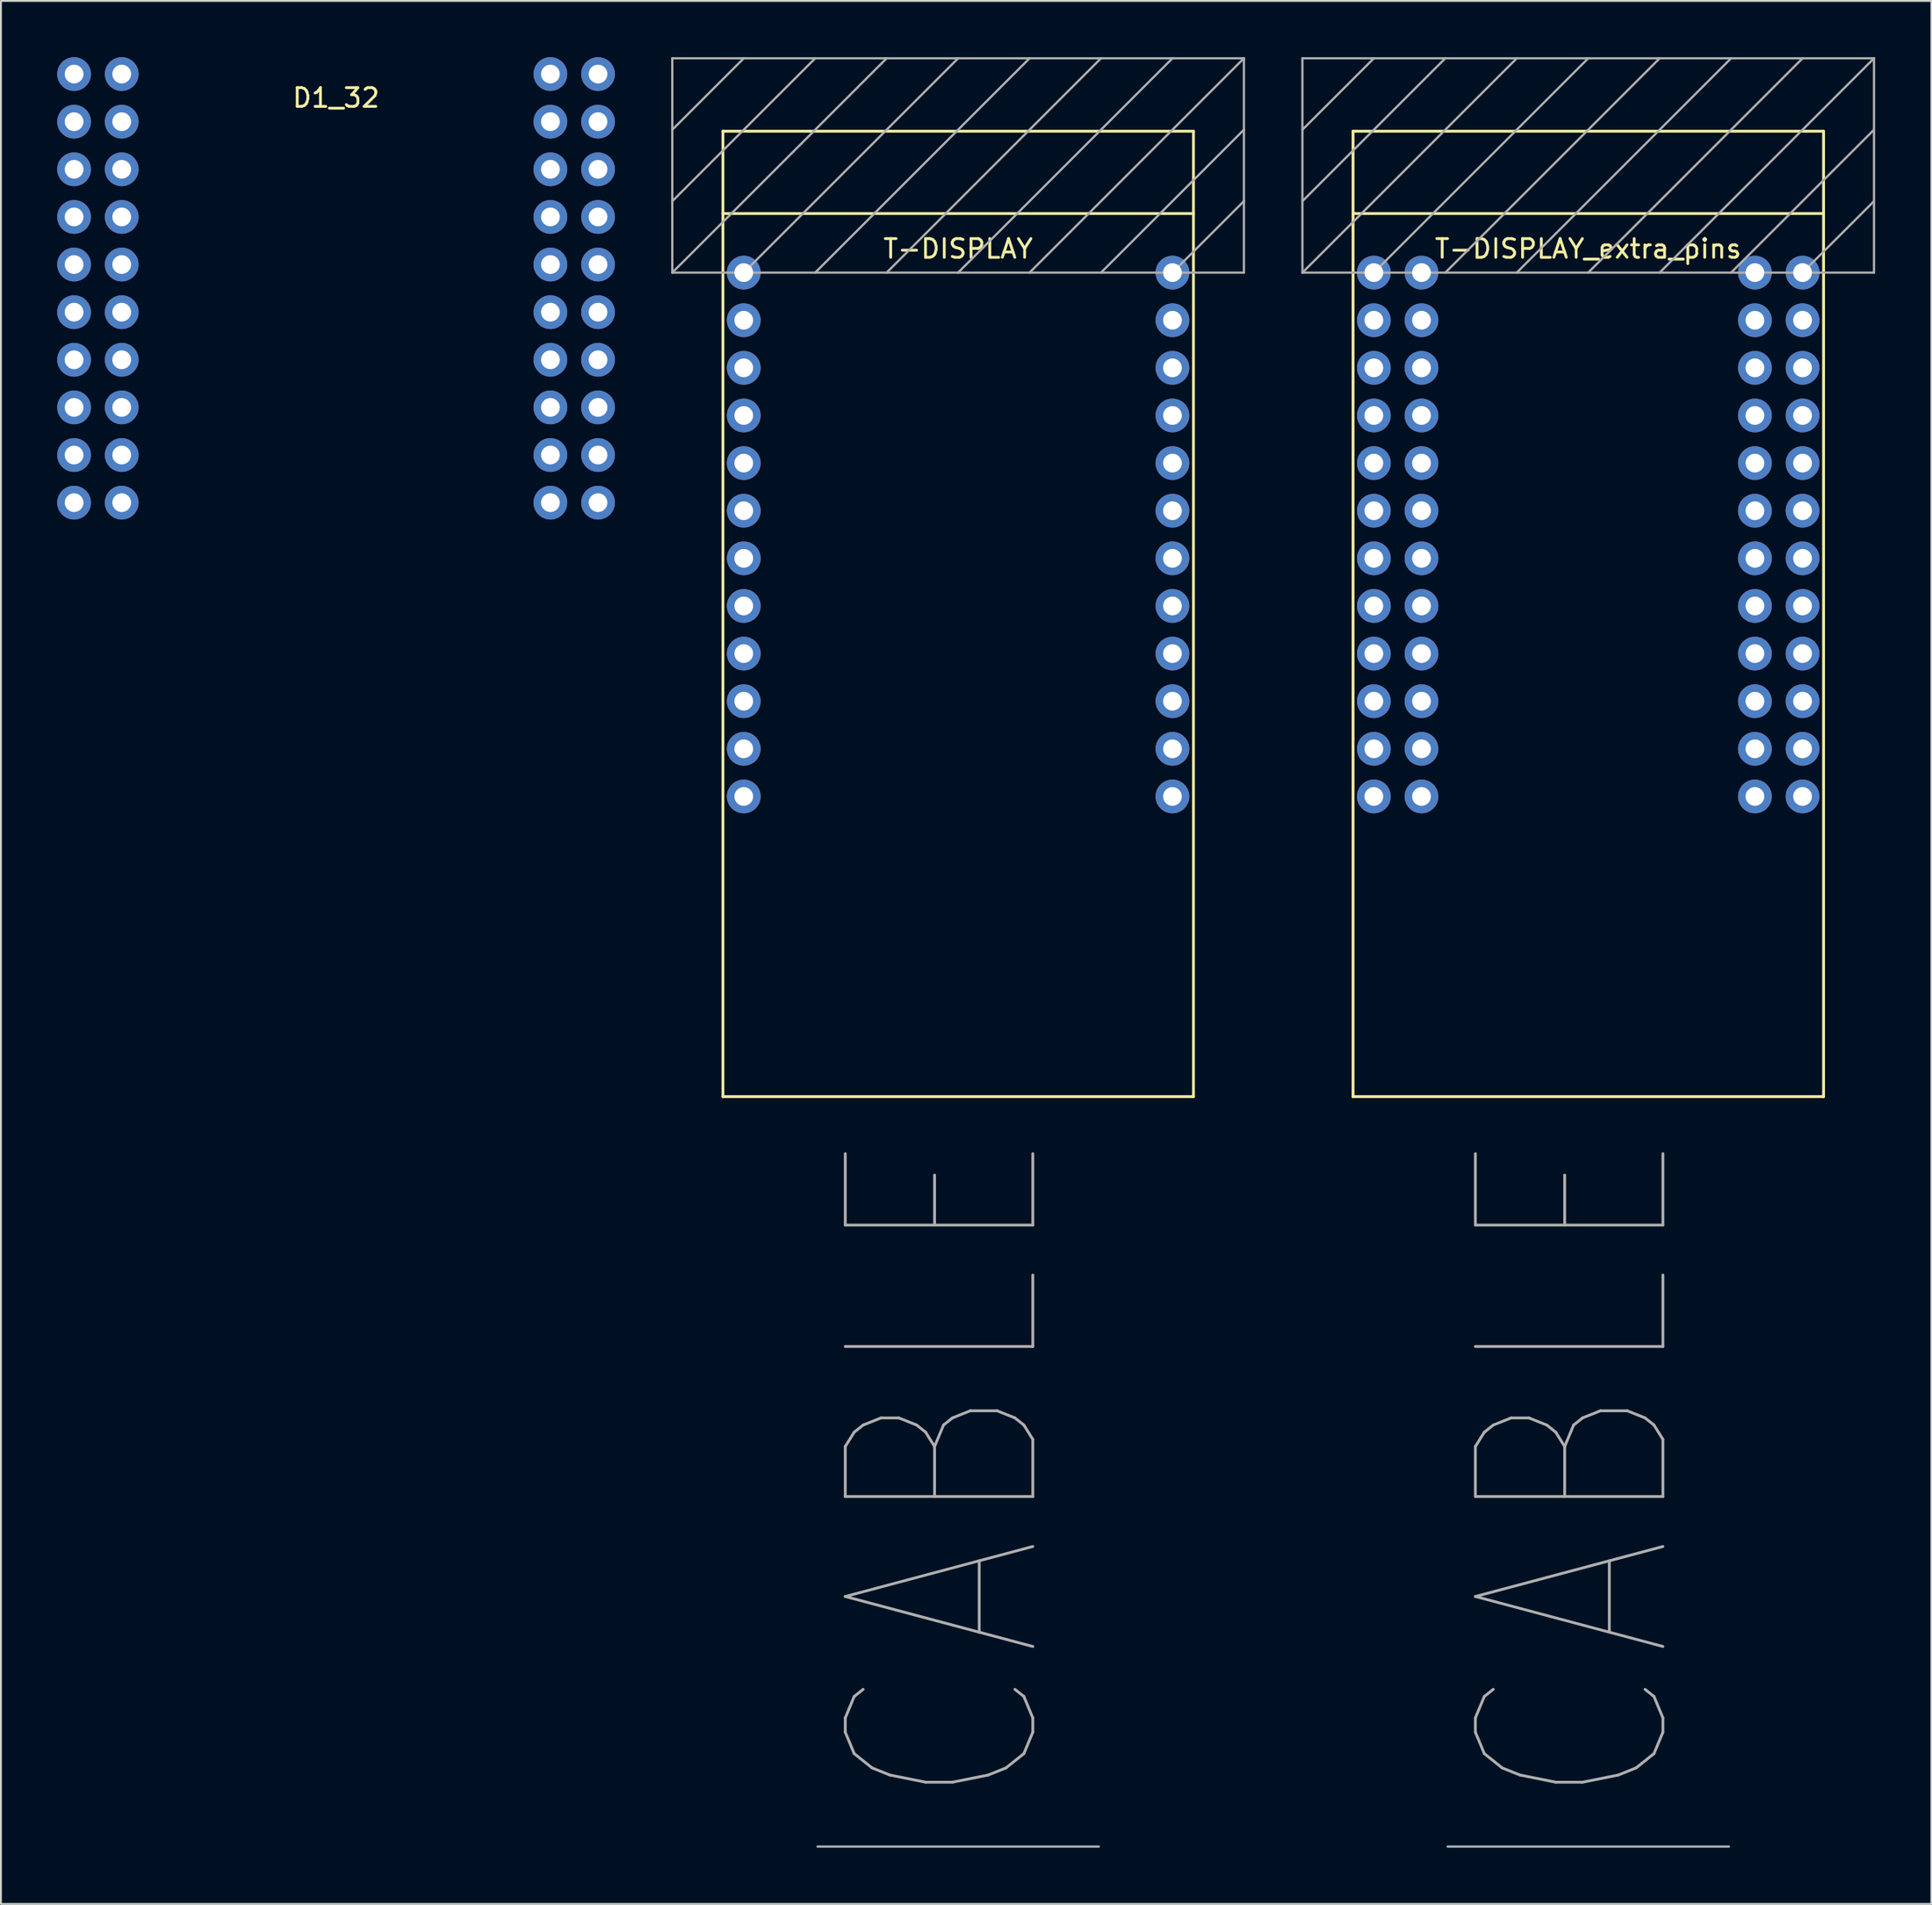
<source format=kicad_pcb>
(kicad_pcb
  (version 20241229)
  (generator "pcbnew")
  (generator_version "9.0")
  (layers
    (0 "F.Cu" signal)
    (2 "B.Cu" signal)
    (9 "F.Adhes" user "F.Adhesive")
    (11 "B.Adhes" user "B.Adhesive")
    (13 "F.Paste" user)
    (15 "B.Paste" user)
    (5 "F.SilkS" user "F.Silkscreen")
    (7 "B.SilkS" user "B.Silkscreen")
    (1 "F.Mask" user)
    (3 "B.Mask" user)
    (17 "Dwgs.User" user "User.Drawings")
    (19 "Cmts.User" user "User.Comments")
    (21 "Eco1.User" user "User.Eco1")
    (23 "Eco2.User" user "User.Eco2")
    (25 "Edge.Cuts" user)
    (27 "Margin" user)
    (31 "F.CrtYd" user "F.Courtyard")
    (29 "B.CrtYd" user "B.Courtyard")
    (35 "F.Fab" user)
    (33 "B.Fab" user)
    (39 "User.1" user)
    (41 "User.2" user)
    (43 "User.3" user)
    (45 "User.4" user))
  (footprint "T-DISPLAY_extra_pins"
    (layer "F.Cu")
    (at 70.21 11.49)
    (property "Reference" "T-DISPLAY_extra_pins" (at 11.43 -1.27 0) (layer "F.SilkS") (effects (font (size 1 1) (thickness 0.15))))
    (attr through_hole)
    (fp_line (start -1.11 -7.54) (end -1.11 43.95) (stroke (width 0.15) (type solid)) (layer "F.SilkS"))
    (fp_line (start -1.11 -7.54) (end 23.98 -7.54) (stroke (width 0.15) (type solid)) (layer "F.SilkS"))
    (fp_line (start -1.11 -3.15) (end 23.98 -3.15) (stroke (width 0.15) (type solid)) (layer "F.SilkS"))
    (fp_line (start -1.11 43.95) (end 23.98 43.95) (stroke (width 0.15) (type solid)) (layer "F.SilkS"))
    (fp_line (start 23.98 -7.54) (end 23.98 43.95) (stroke (width 0.15) (type solid)) (layer "F.SilkS"))
    (fp_line (start -3.81 -11.43) (end 26.67 -11.43) (stroke (width 0.12) (type solid)) (layer "F.Fab"))
    (fp_line (start -3.81 -7.62) (end 0 -11.43) (stroke (width 0.12) (type solid)) (layer "F.Fab"))
    (fp_line (start -3.81 -3.81) (end 3.81 -11.43) (stroke (width 0.12) (type solid)) (layer "F.Fab"))
    (fp_line (start -3.81 0) (end -3.81 -11.43) (stroke (width 0.12) (type solid)) (layer "F.Fab"))
    (fp_line (start -3.81 0) (end 7.62 -11.43) (stroke (width 0.12) (type solid)) (layer "F.Fab"))
    (fp_line (start 0 0) (end 11.43 -11.43) (stroke (width 0.12) (type solid)) (layer "F.Fab"))
    (fp_line (start 3.81 0) (end 15.24 -11.43) (stroke (width 0.12) (type solid)) (layer "F.Fab"))
    (fp_line (start 3.935 83.95) (end 18.935 83.95) (stroke (width 0.12) (type solid)) (layer "F.Fab"))
    (fp_line (start 7.62 0) (end 19.05 -11.43) (stroke (width 0.12) (type solid)) (layer "F.Fab"))
    (fp_line (start 15.24 0) (end 26.67 -11.43) (stroke (width 0.12) (type solid)) (layer "F.Fab"))
    (fp_line (start 19.05 0) (end 26.67 -7.62) (stroke (width 0.12) (type solid)) (layer "F.Fab"))
    (fp_line (start 22.86 -11.43) (end 11.43 0) (stroke (width 0.12) (type solid)) (layer "F.Fab"))
    (fp_line (start 22.86 0) (end 26.67 -3.81) (stroke (width 0.12) (type solid)) (layer "F.Fab"))
    (fp_line (start 26.67 -11.43) (end 26.67 0) (stroke (width 0.12) (type solid)) (layer "F.Fab"))
    (fp_line (start 26.67 0) (end -3.81 0) (stroke (width 0.12) (type solid)) (layer "F.Fab"))
    (fp_text user "CABLE" (at 10.795 63.754 270) (layer "F.Fab") (effects (font (size 10 8) (thickness 0.15))))
    (pad "1" thru_hole circle (at 0 0) (size 1.8 1.8) (drill 1) (layers "*.Cu" "*.Mask"))
    (pad "1" thru_hole circle (at 2.54 0) (size 1.8 1.8) (drill 1) (layers "*.Cu" "*.Mask"))
    (pad "2" thru_hole circle (at 0 2.54) (size 1.8 1.8) (drill 1) (layers "*.Cu" "*.Mask"))
    (pad "2" thru_hole circle (at 2.54 2.54) (size 1.8 1.8) (drill 1) (layers "*.Cu" "*.Mask"))
    (pad "3" thru_hole circle (at 0 5.08) (size 1.8 1.8) (drill 1) (layers "*.Cu" "*.Mask"))
    (pad "3" thru_hole circle (at 2.54 5.08) (size 1.8 1.8) (drill 1) (layers "*.Cu" "*.Mask"))
    (pad "4" thru_hole circle (at 0 7.62) (size 1.8 1.8) (drill 1) (layers "*.Cu" "*.Mask"))
    (pad "4" thru_hole circle (at 2.54 7.62) (size 1.8 1.8) (drill 1) (layers "*.Cu" "*.Mask"))
    (pad "5" thru_hole circle (at 0 10.16) (size 1.8 1.8) (drill 1) (layers "*.Cu" "*.Mask"))
    (pad "5" thru_hole circle (at 2.54 10.16) (size 1.8 1.8) (drill 1) (layers "*.Cu" "*.Mask"))
    (pad "6" thru_hole circle (at 0 12.7) (size 1.8 1.8) (drill 1) (layers "*.Cu" "*.Mask"))
    (pad "6" thru_hole circle (at 2.54 12.7) (size 1.8 1.8) (drill 1) (layers "*.Cu" "*.Mask"))
    (pad "7" thru_hole circle (at 0 15.24) (size 1.8 1.8) (drill 1) (layers "*.Cu" "*.Mask"))
    (pad "7" thru_hole circle (at 2.54 15.24) (size 1.8 1.8) (drill 1) (layers "*.Cu" "*.Mask"))
    (pad "8" thru_hole circle (at 0 17.78) (size 1.8 1.8) (drill 1) (layers "*.Cu" "*.Mask"))
    (pad "8" thru_hole circle (at 2.54 17.78) (size 1.8 1.8) (drill 1) (layers "*.Cu" "*.Mask"))
    (pad "9" thru_hole circle (at 0 20.32) (size 1.8 1.8) (drill 1) (layers "*.Cu" "*.Mask"))
    (pad "9" thru_hole circle (at 2.54 20.32) (size 1.8 1.8) (drill 1) (layers "*.Cu" "*.Mask"))
    (pad "10" thru_hole circle (at 0 22.86) (size 1.8 1.8) (drill 1) (layers "*.Cu" "*.Mask"))
    (pad "10" thru_hole circle (at 2.54 22.86) (size 1.8 1.8) (drill 1) (layers "*.Cu" "*.Mask"))
    (pad "11" thru_hole circle (at 0 25.4) (size 1.8 1.8) (drill 1) (layers "*.Cu" "*.Mask"))
    (pad "11" thru_hole circle (at 2.54 25.4) (size 1.8 1.8) (drill 1) (layers "*.Cu" "*.Mask"))
    (pad "12" thru_hole circle (at 0 27.94) (size 1.8 1.8) (drill 1) (layers "*.Cu" "*.Mask"))
    (pad "12" thru_hole circle (at 2.54 27.94) (size 1.8 1.8) (drill 1) (layers "*.Cu" "*.Mask"))
    (pad "13" thru_hole circle (at 20.32 27.94) (size 1.8 1.8) (drill 1) (layers "*.Cu" "*.Mask"))
    (pad "13" thru_hole circle (at 22.86 27.94) (size 1.8 1.8) (drill 1) (layers "*.Cu" "*.Mask"))
    (pad "14" thru_hole circle (at 20.32 25.4) (size 1.8 1.8) (drill 1) (layers "*.Cu" "*.Mask"))
    (pad "14" thru_hole circle (at 22.86 25.4) (size 1.8 1.8) (drill 1) (layers "*.Cu" "*.Mask"))
    (pad "15" thru_hole circle (at 20.32 22.86) (size 1.8 1.8) (drill 1) (layers "*.Cu" "*.Mask"))
    (pad "15" thru_hole circle (at 22.86 22.86) (size 1.8 1.8) (drill 1) (layers "*.Cu" "*.Mask"))
    (pad "16" thru_hole circle (at 20.32 20.32) (size 1.8 1.8) (drill 1) (layers "*.Cu" "*.Mask"))
    (pad "16" thru_hole circle (at 22.86 20.32) (size 1.8 1.8) (drill 1) (layers "*.Cu" "*.Mask"))
    (pad "17" thru_hole circle (at 20.32 17.78) (size 1.8 1.8) (drill 1) (layers "*.Cu" "*.Mask"))
    (pad "17" thru_hole circle (at 22.86 17.78) (size 1.8 1.8) (drill 1) (layers "*.Cu" "*.Mask"))
    (pad "18" thru_hole circle (at 20.32 15.24) (size 1.8 1.8) (drill 1) (layers "*.Cu" "*.Mask"))
    (pad "18" thru_hole circle (at 22.86 15.24) (size 1.8 1.8) (drill 1) (layers "*.Cu" "*.Mask"))
    (pad "19" thru_hole circle (at 20.32 12.7) (size 1.8 1.8) (drill 1) (layers "*.Cu" "*.Mask"))
    (pad "19" thru_hole circle (at 22.86 12.7) (size 1.8 1.8) (drill 1) (layers "*.Cu" "*.Mask"))
    (pad "20" thru_hole circle (at 20.32 10.16) (size 1.8 1.8) (drill 1) (layers "*.Cu" "*.Mask"))
    (pad "20" thru_hole circle (at 22.86 10.16) (size 1.8 1.8) (drill 1) (layers "*.Cu" "*.Mask"))
    (pad "21" thru_hole circle (at 20.32 7.62) (size 1.8 1.8) (drill 1) (layers "*.Cu" "*.Mask"))
    (pad "21" thru_hole circle (at 22.86 7.62) (size 1.8 1.8) (drill 1) (layers "*.Cu" "*.Mask"))
    (pad "22" thru_hole circle (at 20.32 5.08) (size 1.8 1.8) (drill 1) (layers "*.Cu" "*.Mask"))
    (pad "22" thru_hole circle (at 22.86 5.08) (size 1.8 1.8) (drill 1) (layers "*.Cu" "*.Mask"))
    (pad "23" thru_hole circle (at 20.32 2.54) (size 1.8 1.8) (drill 1) (layers "*.Cu" "*.Mask"))
    (pad "23" thru_hole circle (at 22.86 2.54) (size 1.8 1.8) (drill 1) (layers "*.Cu" "*.Mask"))
    (pad "24" thru_hole circle (at 20.32 0) (size 1.8 1.8) (drill 1) (layers "*.Cu" "*.Mask"))
    (pad "24" thru_hole circle (at 22.86 0) (size 1.8 1.8) (drill 1) (layers "*.Cu" "*.Mask")))
  (footprint "T-DISPLAY"
    (layer "F.Cu")
    (at 36.61 11.49)
    (property "Reference" "T-DISPLAY" (at 11.43 -1.27 0) (layer "F.SilkS") (effects (font (size 1 1) (thickness 0.15))))
    (attr through_hole)
    (fp_line (start -1.11 -7.54) (end -1.11 43.95) (stroke (width 0.15) (type solid)) (layer "F.SilkS"))
    (fp_line (start -1.11 -7.54) (end 23.98 -7.54) (stroke (width 0.15) (type solid)) (layer "F.SilkS"))
    (fp_line (start -1.11 -3.15) (end 23.98 -3.15) (stroke (width 0.15) (type solid)) (layer "F.SilkS"))
    (fp_line (start -1.11 43.95) (end 23.98 43.95) (stroke (width 0.15) (type solid)) (layer "F.SilkS"))
    (fp_line (start 23.98 -7.54) (end 23.98 43.95) (stroke (width 0.15) (type solid)) (layer "F.SilkS"))
    (fp_line (start -3.81 -11.43) (end 26.67 -11.43) (stroke (width 0.12) (type solid)) (layer "F.Fab"))
    (fp_line (start -3.81 -7.62) (end 0 -11.43) (stroke (width 0.12) (type solid)) (layer "F.Fab"))
    (fp_line (start -3.81 -3.81) (end 3.81 -11.43) (stroke (width 0.12) (type solid)) (layer "F.Fab"))
    (fp_line (start -3.81 0) (end -3.81 -11.43) (stroke (width 0.12) (type solid)) (layer "F.Fab"))
    (fp_line (start -3.81 0) (end 7.62 -11.43) (stroke (width 0.12) (type solid)) (layer "F.Fab"))
    (fp_line (start 0 0) (end 11.43 -11.43) (stroke (width 0.12) (type solid)) (layer "F.Fab"))
    (fp_line (start 3.81 0) (end 15.24 -11.43) (stroke (width 0.12) (type solid)) (layer "F.Fab"))
    (fp_line (start 3.935 83.95) (end 18.935 83.95) (stroke (width 0.12) (type solid)) (layer "F.Fab"))
    (fp_line (start 7.62 0) (end 19.05 -11.43) (stroke (width 0.12) (type solid)) (layer "F.Fab"))
    (fp_line (start 15.24 0) (end 26.67 -11.43) (stroke (width 0.12) (type solid)) (layer "F.Fab"))
    (fp_line (start 19.05 0) (end 26.67 -7.62) (stroke (width 0.12) (type solid)) (layer "F.Fab"))
    (fp_line (start 22.86 -11.43) (end 11.43 0) (stroke (width 0.12) (type solid)) (layer "F.Fab"))
    (fp_line (start 22.86 0) (end 26.67 -3.81) (stroke (width 0.12) (type solid)) (layer "F.Fab"))
    (fp_line (start 26.67 -11.43) (end 26.67 0) (stroke (width 0.12) (type solid)) (layer "F.Fab"))
    (fp_line (start 26.67 0) (end -3.81 0) (stroke (width 0.12) (type solid)) (layer "F.Fab"))
    (fp_text user "CABLE" (at 10.795 63.754 270) (layer "F.Fab") (effects (font (size 10 8) (thickness 0.15))))
    (pad "1" thru_hole circle (at 0 0) (size 1.8 1.8) (drill 1) (layers "*.Cu" "*.Mask"))
    (pad "2" thru_hole circle (at 0 2.54) (size 1.8 1.8) (drill 1) (layers "*.Cu" "*.Mask"))
    (pad "3" thru_hole circle (at 0 5.08) (size 1.8 1.8) (drill 1) (layers "*.Cu" "*.Mask"))
    (pad "4" thru_hole circle (at 0 7.62) (size 1.8 1.8) (drill 1) (layers "*.Cu" "*.Mask"))
    (pad "5" thru_hole circle (at 0 10.16) (size 1.8 1.8) (drill 1) (layers "*.Cu" "*.Mask"))
    (pad "6" thru_hole circle (at 0 12.7) (size 1.8 1.8) (drill 1) (layers "*.Cu" "*.Mask"))
    (pad "7" thru_hole circle (at 0 15.24) (size 1.8 1.8) (drill 1) (layers "*.Cu" "*.Mask"))
    (pad "8" thru_hole circle (at 0 17.78) (size 1.8 1.8) (drill 1) (layers "*.Cu" "*.Mask"))
    (pad "9" thru_hole circle (at 0 20.32) (size 1.8 1.8) (drill 1) (layers "*.Cu" "*.Mask"))
    (pad "10" thru_hole circle (at 0 22.86) (size 1.8 1.8) (drill 1) (layers "*.Cu" "*.Mask"))
    (pad "11" thru_hole circle (at 0 25.4) (size 1.8 1.8) (drill 1) (layers "*.Cu" "*.Mask"))
    (pad "12" thru_hole circle (at 0 27.94) (size 1.8 1.8) (drill 1) (layers "*.Cu" "*.Mask"))
    (pad "13" thru_hole circle (at 22.86 27.94) (size 1.8 1.8) (drill 1) (layers "*.Cu" "*.Mask"))
    (pad "14" thru_hole circle (at 22.86 25.4) (size 1.8 1.8) (drill 1) (layers "*.Cu" "*.Mask"))
    (pad "15" thru_hole circle (at 22.86 22.86) (size 1.8 1.8) (drill 1) (layers "*.Cu" "*.Mask"))
    (pad "16" thru_hole circle (at 22.86 20.32) (size 1.8 1.8) (drill 1) (layers "*.Cu" "*.Mask"))
    (pad "17" thru_hole circle (at 22.86 17.78) (size 1.8 1.8) (drill 1) (layers "*.Cu" "*.Mask"))
    (pad "18" thru_hole circle (at 22.86 15.24) (size 1.8 1.8) (drill 1) (layers "*.Cu" "*.Mask"))
    (pad "19" thru_hole circle (at 22.86 12.7) (size 1.8 1.8) (drill 1) (layers "*.Cu" "*.Mask"))
    (pad "20" thru_hole circle (at 22.86 10.16) (size 1.8 1.8) (drill 1) (layers "*.Cu" "*.Mask"))
    (pad "21" thru_hole circle (at 22.86 7.62) (size 1.8 1.8) (drill 1) (layers "*.Cu" "*.Mask"))
    (pad "22" thru_hole circle (at 22.86 5.08) (size 1.8 1.8) (drill 1) (layers "*.Cu" "*.Mask"))
    (pad "23" thru_hole circle (at 22.86 2.54) (size 1.8 1.8) (drill 1) (layers "*.Cu" "*.Mask"))
    (pad "24" thru_hole circle (at 22.86 0) (size 1.8 1.8) (drill 1) (layers "*.Cu" "*.Mask")))
  (footprint "D1_32"
    (layer "F.Cu")
    (at 0.9 0.9)
    (property "Reference" "D1_32" (at 13.97 1.27 0) (layer "F.SilkS") (effects (font (size 1 1) (thickness 0.15))))
    (attr through_hole)
    (pad "1" thru_hole circle (at 0 0) (size 1.8 1.8) (drill 1) (layers "*.Cu" "*.Mask"))
    (pad "2" thru_hole circle (at 2.54 0) (size 1.8 1.8) (drill 1) (layers "*.Cu" "*.Mask"))
    (pad "3" thru_hole circle (at 0 2.54) (size 1.8 1.8) (drill 1) (layers "*.Cu" "*.Mask"))
    (pad "4" thru_hole circle (at 2.54 2.54) (size 1.8 1.8) (drill 1) (layers "*.Cu" "*.Mask"))
    (pad "5" thru_hole circle (at 0 5.08) (size 1.8 1.8) (drill 1) (layers "*.Cu" "*.Mask"))
    (pad "6" thru_hole circle (at 2.54 5.08) (size 1.8 1.8) (drill 1) (layers "*.Cu" "*.Mask"))
    (pad "7" thru_hole circle (at 0 7.62) (size 1.8 1.8) (drill 1) (layers "*.Cu" "*.Mask"))
    (pad "8" thru_hole circle (at 2.54 7.62) (size 1.8 1.8) (drill 1) (layers "*.Cu" "*.Mask"))
    (pad "9" thru_hole circle (at 0 10.16) (size 1.8 1.8) (drill 1) (layers "*.Cu" "*.Mask"))
    (pad "10" thru_hole circle (at 2.54 10.16) (size 1.8 1.8) (drill 1) (layers "*.Cu" "*.Mask"))
    (pad "11" thru_hole circle (at 0 12.7) (size 1.8 1.8) (drill 1) (layers "*.Cu" "*.Mask"))
    (pad "12" thru_hole circle (at 2.54 12.7) (size 1.8 1.8) (drill 1) (layers "*.Cu" "*.Mask"))
    (pad "13" thru_hole circle (at 0 15.24) (size 1.8 1.8) (drill 1) (layers "*.Cu" "*.Mask"))
    (pad "14" thru_hole circle (at 2.54 15.24) (size 1.8 1.8) (drill 1) (layers "*.Cu" "*.Mask"))
    (pad "15" thru_hole circle (at 0 17.78) (size 1.8 1.8) (drill 1) (layers "*.Cu" "*.Mask"))
    (pad "16" thru_hole circle (at 2.54 17.78) (size 1.8 1.8) (drill 1) (layers "*.Cu" "*.Mask"))
    (pad "17" thru_hole circle (at 0 20.32) (size 1.8 1.8) (drill 1) (layers "*.Cu" "*.Mask"))
    (pad "18" thru_hole circle (at 2.54 20.32) (size 1.8 1.8) (drill 1) (layers "*.Cu" "*.Mask"))
    (pad "19" thru_hole circle (at 0 22.86) (size 1.8 1.8) (drill 1) (layers "*.Cu" "*.Mask"))
    (pad "20" thru_hole circle (at 2.54 22.86) (size 1.8 1.8) (drill 1) (layers "*.Cu" "*.Mask"))
    (pad "21" thru_hole circle (at 27.94 0) (size 1.8 1.8) (drill 1) (layers "*.Cu" "*.Mask"))
    (pad "22" thru_hole circle (at 25.4 0) (size 1.8 1.8) (drill 1) (layers "*.Cu" "*.Mask"))
    (pad "23" thru_hole circle (at 27.94 2.54) (size 1.8 1.8) (drill 1) (layers "*.Cu" "*.Mask"))
    (pad "24" thru_hole circle (at 25.4 2.54) (size 1.8 1.8) (drill 1) (layers "*.Cu" "*.Mask"))
    (pad "25" thru_hole circle (at 27.94 5.08) (size 1.8 1.8) (drill 1) (layers "*.Cu" "*.Mask"))
    (pad "26" thru_hole circle (at 25.4 5.08) (size 1.8 1.8) (drill 1) (layers "*.Cu" "*.Mask"))
    (pad "27" thru_hole circle (at 27.94 7.62) (size 1.8 1.8) (drill 1) (layers "*.Cu" "*.Mask"))
    (pad "28" thru_hole circle (at 25.4 7.62) (size 1.8 1.8) (drill 1) (layers "*.Cu" "*.Mask"))
    (pad "29" thru_hole circle (at 27.94 10.16) (size 1.8 1.8) (drill 1) (layers "*.Cu" "*.Mask"))
    (pad "30" thru_hole circle (at 25.4 10.16) (size 1.8 1.8) (drill 1) (layers "*.Cu" "*.Mask"))
    (pad "31" thru_hole circle (at 27.94 12.7) (size 1.8 1.8) (drill 1) (layers "*.Cu" "*.Mask"))
    (pad "32" thru_hole circle (at 25.4 12.7) (size 1.8 1.8) (drill 1) (layers "*.Cu" "*.Mask"))
    (pad "33" thru_hole circle (at 27.94 15.24) (size 1.8 1.8) (drill 1) (layers "*.Cu" "*.Mask"))
    (pad "34" thru_hole circle (at 25.4 15.24) (size 1.8 1.8) (drill 1) (layers "*.Cu" "*.Mask"))
    (pad "35" thru_hole circle (at 27.94 17.78) (size 1.8 1.8) (drill 1) (layers "*.Cu" "*.Mask"))
    (pad "36" thru_hole circle (at 25.4 17.78) (size 1.8 1.8) (drill 1) (layers "*.Cu" "*.Mask"))
    (pad "37" thru_hole circle (at 27.94 20.32) (size 1.8 1.8) (drill 1) (layers "*.Cu" "*.Mask"))
    (pad "38" thru_hole circle (at 25.4 20.32) (size 1.8 1.8) (drill 1) (layers "*.Cu" "*.Mask"))
    (pad "39" thru_hole circle (at 27.94 22.86) (size 1.8 1.8) (drill 1) (layers "*.Cu" "*.Mask"))
    (pad "40" thru_hole circle (at 25.4 22.86) (size 1.8 1.8) (drill 1) (layers "*.Cu" "*.Mask")))
  (gr_rect
    (start -3 -3)
    (end 99.94 98.5)
    (stroke (width 0.1) (type default))
    (fill no)
    (layer "Edge.Cuts")))
</source>
